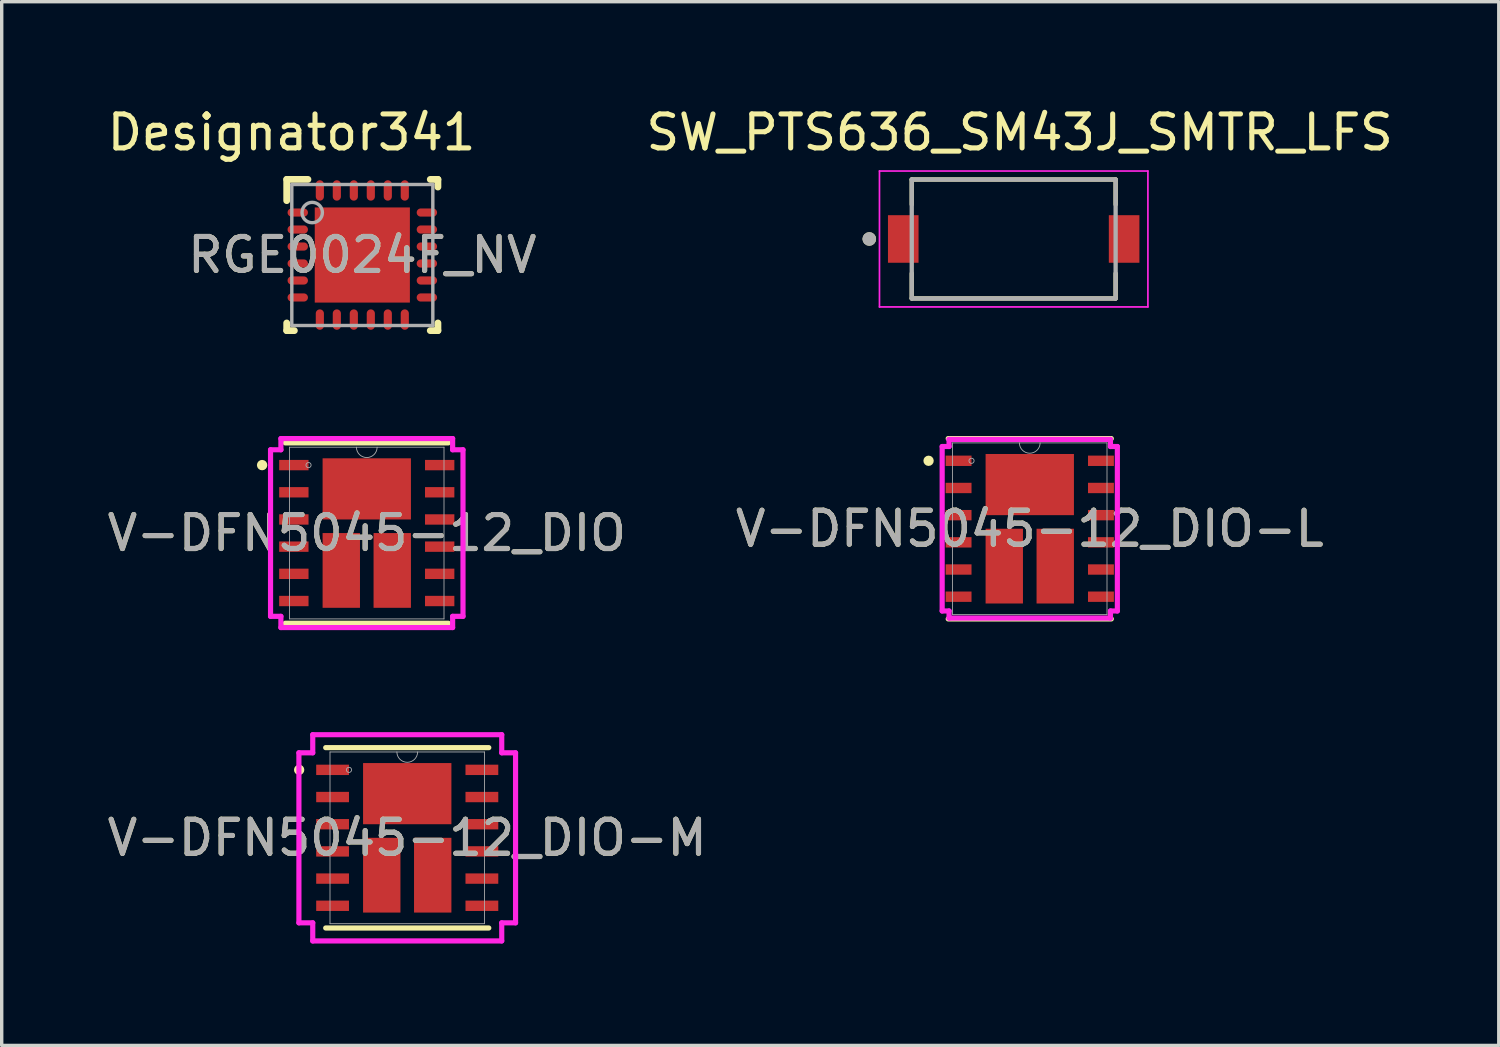
<source format=kicad_pcb>
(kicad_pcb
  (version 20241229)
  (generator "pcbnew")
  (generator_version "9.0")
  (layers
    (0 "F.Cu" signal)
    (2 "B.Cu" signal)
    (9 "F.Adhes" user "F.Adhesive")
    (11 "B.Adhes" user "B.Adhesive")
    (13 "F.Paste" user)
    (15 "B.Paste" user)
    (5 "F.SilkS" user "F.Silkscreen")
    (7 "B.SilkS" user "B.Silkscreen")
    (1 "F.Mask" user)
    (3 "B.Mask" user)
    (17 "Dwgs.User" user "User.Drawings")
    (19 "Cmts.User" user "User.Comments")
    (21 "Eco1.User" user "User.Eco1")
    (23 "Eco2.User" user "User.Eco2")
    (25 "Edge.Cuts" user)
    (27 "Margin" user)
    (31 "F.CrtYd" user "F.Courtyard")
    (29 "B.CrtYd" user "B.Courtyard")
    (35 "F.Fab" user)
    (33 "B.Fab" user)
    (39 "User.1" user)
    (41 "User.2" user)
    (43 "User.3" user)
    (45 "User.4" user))
  (footprint "RGE0024F_NV"
    (layer "F.Cu")
    (at 7.613 4.455)
    (property "Reference" "RGE0024F_NV" (at 0 0 0) (unlocked yes) (layer "F.SilkS") (effects (font (size 1 1) (thickness 0.15))))
    (attr smd)
    (fp_line (start -2.225 -2.225) (end -1.6 -2.225) (stroke (width 0.2) (type solid)) (layer "F.SilkS"))
    (fp_line (start -2.225 -1.6) (end -2.225 -2.225) (stroke (width 0.2) (type solid)) (layer "F.SilkS"))
    (fp_line (start -2.225 2.225) (end -2.225 2) (stroke (width 0.2) (type solid)) (layer "F.SilkS"))
    (fp_line (start -2.225 2.225) (end -2 2.225) (stroke (width 0.2) (type solid)) (layer "F.SilkS"))
    (fp_line (start 2 -2.225) (end 2.225 -2.225) (stroke (width 0.2) (type solid)) (layer "F.SilkS"))
    (fp_line (start 2 2.225) (end 2.225 2.225) (stroke (width 0.2) (type solid)) (layer "F.SilkS"))
    (fp_line (start 2.225 -2) (end 2.225 -2.225) (stroke (width 0.2) (type solid)) (layer "F.SilkS"))
    (fp_line (start 2.225 2.225) (end 2.225 2) (stroke (width 0.2) (type solid)) (layer "F.SilkS"))
    (fp_poly (pts (xy -0.1 -1.329) (xy -1.329 -1.329) (xy -1.329 -0.1) (xy -0.1 -0.1)) (stroke (width 0) (type solid)) (fill yes) (layer "F.Paste"))
    (fp_poly (pts (xy -0.1 0.1) (xy -1.329 0.1) (xy -1.329 1.329) (xy -0.1 1.329)) (stroke (width 0) (type solid)) (fill yes) (layer "F.Paste"))
    (fp_poly (pts (xy 0.1 -0.1) (xy 1.329 -0.1) (xy 1.329 -1.329) (xy 0.1 -1.329)) (stroke (width 0) (type solid)) (fill yes) (layer "F.Paste"))
    (fp_poly (pts (xy 0.1 1.329) (xy 1.329 1.329) (xy 1.329 0.1) (xy 0.1 0.1)) (stroke (width 0) (type solid)) (fill yes) (layer "F.Paste"))
    (fp_line (start -2.075 -2.075) (end 2.075 -2.075) (stroke (width 0.1) (type solid)) (layer "F.Fab"))
    (fp_line (start -2.075 2.075) (end -2.075 -2.075) (stroke (width 0.1) (type solid)) (layer "F.Fab"))
    (fp_line (start -2.075 2.075) (end 2.075 2.075) (stroke (width 0.1) (type solid)) (layer "F.Fab"))
    (fp_line (start 2.075 2.075) (end 2.075 -2.075) (stroke (width 0.1) (type solid)) (layer "F.Fab"))
    (fp_circle (center -1.475 -1.25) (end -1.175 -1.25) (stroke (width 0.1) (type solid)) (fill no) (layer "F.Fab"))
    (fp_text user "Designator341" (at -2.083 -3.607 0) (unlocked yes) (layer "F.SilkS") (effects (font (size 1 1) (thickness 0.15))))
    (fp_text user "${REFERENCE}" (at 0 0 0) (unlocked yes) (layer "F.Fab") (effects (font (size 1 1) (thickness 0.15))))
    (pad "1" smd oval (at -1.9 -1.25 90) (size 0.24 0.6) (layers "F.Cu" "F.Mask" "F.Paste"))
    (pad "2" smd oval (at -1.9 -0.75 90) (size 0.24 0.6) (layers "F.Cu" "F.Mask" "F.Paste"))
    (pad "3" smd oval (at -1.9 -0.25 90) (size 0.24 0.6) (layers "F.Cu" "F.Mask" "F.Paste"))
    (pad "4" smd oval (at -1.9 0.25 90) (size 0.24 0.6) (layers "F.Cu" "F.Mask" "F.Paste"))
    (pad "5" smd oval (at -1.9 0.75 90) (size 0.24 0.6) (layers "F.Cu" "F.Mask" "F.Paste"))
    (pad "6" smd oval (at -1.9 1.25 90) (size 0.24 0.6) (layers "F.Cu" "F.Mask" "F.Paste"))
    (pad "7" smd oval (at -1.25 1.9) (size 0.24 0.6) (layers "F.Cu" "F.Mask" "F.Paste"))
    (pad "8" smd oval (at -0.75 1.9) (size 0.24 0.6) (layers "F.Cu" "F.Mask" "F.Paste"))
    (pad "9" smd oval (at -0.25 1.9) (size 0.24 0.6) (layers "F.Cu" "F.Mask" "F.Paste"))
    (pad "10" smd oval (at 0.25 1.9) (size 0.24 0.6) (layers "F.Cu" "F.Mask" "F.Paste"))
    (pad "11" smd oval (at 0.75 1.9) (size 0.24 0.6) (layers "F.Cu" "F.Mask" "F.Paste"))
    (pad "12" smd oval (at 1.25 1.9) (size 0.24 0.6) (layers "F.Cu" "F.Mask" "F.Paste"))
    (pad "13" smd oval (at 1.9 1.25 90) (size 0.24 0.6) (layers "F.Cu" "F.Mask" "F.Paste"))
    (pad "14" smd oval (at 1.9 0.75 90) (size 0.24 0.6) (layers "F.Cu" "F.Mask" "F.Paste"))
    (pad "15" smd oval (at 1.9 0.25 90) (size 0.24 0.6) (layers "F.Cu" "F.Mask" "F.Paste"))
    (pad "16" smd oval (at 1.9 -0.25 90) (size 0.24 0.6) (layers "F.Cu" "F.Mask" "F.Paste"))
    (pad "17" smd oval (at 1.9 -0.75 90) (size 0.24 0.6) (layers "F.Cu" "F.Mask" "F.Paste"))
    (pad "18" smd oval (at 1.9 -1.25 90) (size 0.24 0.6) (layers "F.Cu" "F.Mask" "F.Paste"))
    (pad "19" smd oval (at 1.25 -1.9) (size 0.24 0.6) (layers "F.Cu" "F.Mask" "F.Paste"))
    (pad "20" smd oval (at 0.75 -1.9) (size 0.24 0.6) (layers "F.Cu" "F.Mask" "F.Paste"))
    (pad "21" smd oval (at 0.25 -1.9) (size 0.24 0.6) (layers "F.Cu" "F.Mask" "F.Paste"))
    (pad "22" smd oval (at -0.25 -1.9) (size 0.24 0.6) (layers "F.Cu" "F.Mask" "F.Paste"))
    (pad "23" smd oval (at -0.75 -1.9) (size 0.24 0.6) (layers "F.Cu" "F.Mask" "F.Paste"))
    (pad "24" smd oval (at -1.25 -1.9) (size 0.24 0.6) (layers "F.Cu" "F.Mask" "F.Paste"))
    (pad "25" smd rect (at 0.000003 0) (size 2.8 2.8) (layers "F.Cu" "F.Mask")))
  (footprint "V-DFN5045-12_DIO"
    (layer "F.Cu")
    (at 7.744 12.638)
    (property "Reference" "V-DFN5045-12_DIO" (at 0 0 0) (unlocked yes) (layer "F.SilkS") (effects (font (size 1 1) (thickness 0.15))))
    (attr smd)
    (fp_line (start -2.4 2.654) (end 2.4 2.654) (stroke (width 0.152) (type solid)) (layer "F.SilkS"))
    (fp_line (start 2.4 -2.654) (end -2.4 -2.654) (stroke (width 0.152) (type solid)) (layer "F.SilkS"))
    (fp_circle (center -3.08 -2) (end -3.003 -2) (stroke (width 0.152) (type solid)) (fill no) (layer "F.SilkS"))
    (fp_line (start -2.832 -2.451) (end -2.527 -2.451) (stroke (width 0.152) (type solid)) (layer "F.CrtYd"))
    (fp_line (start -2.832 2.451) (end -2.832 -2.451) (stroke (width 0.152) (type solid)) (layer "F.CrtYd"))
    (fp_line (start -2.832 2.451) (end -2.527 2.451) (stroke (width 0.152) (type solid)) (layer "F.CrtYd"))
    (fp_line (start -2.527 -2.781) (end 2.527 -2.781) (stroke (width 0.152) (type solid)) (layer "F.CrtYd"))
    (fp_line (start -2.527 -2.451) (end -2.527 -2.781) (stroke (width 0.152) (type solid)) (layer "F.CrtYd"))
    (fp_line (start -2.527 2.781) (end -2.527 2.451) (stroke (width 0.152) (type solid)) (layer "F.CrtYd"))
    (fp_line (start 2.527 -2.781) (end 2.527 -2.451) (stroke (width 0.152) (type solid)) (layer "F.CrtYd"))
    (fp_line (start 2.527 2.451) (end 2.527 2.781) (stroke (width 0.152) (type solid)) (layer "F.CrtYd"))
    (fp_line (start 2.527 2.781) (end -2.527 2.781) (stroke (width 0.152) (type solid)) (layer "F.CrtYd"))
    (fp_line (start 2.832 -2.451) (end 2.527 -2.451) (stroke (width 0.152) (type solid)) (layer "F.CrtYd"))
    (fp_line (start 2.832 -2.451) (end 2.832 2.451) (stroke (width 0.152) (type solid)) (layer "F.CrtYd"))
    (fp_line (start 2.832 2.451) (end 2.527 2.451) (stroke (width 0.152) (type solid)) (layer "F.CrtYd"))
    (fp_line (start -2.273 -2.527) (end -2.273 2.527) (stroke (width 0.025) (type solid)) (layer "F.Fab"))
    (fp_line (start -2.273 2.527) (end 2.273 2.527) (stroke (width 0.025) (type solid)) (layer "F.Fab"))
    (fp_line (start 2.273 -2.527) (end -2.273 -2.527) (stroke (width 0.025) (type solid)) (layer "F.Fab"))
    (fp_line (start 2.273 2.527) (end 2.273 -2.527) (stroke (width 0.025) (type solid)) (layer "F.Fab"))
    (fp_arc (start 0.3048 -2.5273) (mid 0 -2.2225) (end -0.3048 -2.5273) (stroke (width 0.0254) (type solid)) (layer "F.Fab"))
    (fp_circle (center -1.714 -2) (end -1.638 -2) (stroke (width 0.025) (type solid)) (fill no) (layer "F.Fab"))
    (fp_text user "${REFERENCE}" (at 0 0 0) (unlocked yes) (layer "F.Fab") (effects (font (size 1 1) (thickness 0.15))))
    (pad "1" smd rect (at -2.146 -2) (size 0.864 0.305) (layers "F.Cu" "F.Mask" "F.Paste"))
    (pad "2" smd rect (at -2.146 -1.2) (size 0.864 0.305) (layers "F.Cu" "F.Mask" "F.Paste"))
    (pad "3" smd rect (at -2.146 -0.4) (size 0.864 0.305) (layers "F.Cu" "F.Mask" "F.Paste"))
    (pad "4" smd rect (at -2.146 0.4) (size 0.864 0.305) (layers "F.Cu" "F.Mask" "F.Paste"))
    (pad "5" smd rect (at -2.146 1.2) (size 0.864 0.305) (layers "F.Cu" "F.Mask" "F.Paste"))
    (pad "6" smd rect (at -2.146 2) (size 0.864 0.305) (layers "F.Cu" "F.Mask" "F.Paste"))
    (pad "7" smd rect (at 2.146 2) (size 0.864 0.305) (layers "F.Cu" "F.Mask" "F.Paste"))
    (pad "8" smd rect (at 2.146 1.2) (size 0.864 0.305) (layers "F.Cu" "F.Mask" "F.Paste"))
    (pad "9" smd rect (at 2.146 0.4) (size 0.864 0.305) (layers "F.Cu" "F.Mask" "F.Paste"))
    (pad "10" smd rect (at 2.146 -0.4) (size 0.864 0.305) (layers "F.Cu" "F.Mask" "F.Paste"))
    (pad "11" smd rect (at 2.146 -1.2) (size 0.864 0.305) (layers "F.Cu" "F.Mask" "F.Paste"))
    (pad "12" smd rect (at 2.146 -2) (size 0.864 0.305) (layers "F.Cu" "F.Mask" "F.Paste"))
    (pad "13" smd rect (at 0 -1.3) (size 2.6 1.8) (layers "F.Cu" "F.Mask" "F.Paste"))
    (pad "14" smd rect (at -0.75 1.1) (size 1.1 2.2) (layers "F.Cu" "F.Mask" "F.Paste"))
    (pad "15" smd rect (at 0.75 1.1) (size 1.1 2.2) (layers "F.Cu" "F.Mask" "F.Paste")))
  (footprint "V-DFN5045-12_DIO-M"
    (layer "F.Cu")
    (at 8.935 21.607)
    (property "Reference" "V-DFN5045-12_DIO-M" (at 0 0 0) (unlocked yes) (layer "F.SilkS") (effects (font (size 1 1) (thickness 0.15))))
    (attr smd)
    (fp_line (start -2.4 2.654) (end 2.4 2.654) (stroke (width 0.152) (type solid)) (layer "F.SilkS"))
    (fp_line (start 2.4 -2.654) (end -2.4 -2.654) (stroke (width 0.152) (type solid)) (layer "F.SilkS"))
    (fp_circle (center -3.181 -2) (end -3.105 -2) (stroke (width 0.152) (type solid)) (fill no) (layer "F.SilkS"))
    (fp_line (start -3.188 -2.502) (end -2.781 -2.502) (stroke (width 0.152) (type solid)) (layer "F.CrtYd"))
    (fp_line (start -3.188 2.502) (end -3.188 -2.502) (stroke (width 0.152) (type solid)) (layer "F.CrtYd"))
    (fp_line (start -3.188 2.502) (end -2.781 2.502) (stroke (width 0.152) (type solid)) (layer "F.CrtYd"))
    (fp_line (start -2.781 -3.035) (end 2.781 -3.035) (stroke (width 0.152) (type solid)) (layer "F.CrtYd"))
    (fp_line (start -2.781 -2.502) (end -2.781 -3.035) (stroke (width 0.152) (type solid)) (layer "F.CrtYd"))
    (fp_line (start -2.781 3.035) (end -2.781 2.502) (stroke (width 0.152) (type solid)) (layer "F.CrtYd"))
    (fp_line (start 2.781 -3.035) (end 2.781 -2.502) (stroke (width 0.152) (type solid)) (layer "F.CrtYd"))
    (fp_line (start 2.781 2.502) (end 2.781 3.035) (stroke (width 0.152) (type solid)) (layer "F.CrtYd"))
    (fp_line (start 2.781 3.035) (end -2.781 3.035) (stroke (width 0.152) (type solid)) (layer "F.CrtYd"))
    (fp_line (start 3.188 -2.502) (end 2.781 -2.502) (stroke (width 0.152) (type solid)) (layer "F.CrtYd"))
    (fp_line (start 3.188 -2.502) (end 3.188 2.502) (stroke (width 0.152) (type solid)) (layer "F.CrtYd"))
    (fp_line (start 3.188 2.502) (end 2.781 2.502) (stroke (width 0.152) (type solid)) (layer "F.CrtYd"))
    (fp_line (start -2.273 -2.527) (end -2.273 2.527) (stroke (width 0.025) (type solid)) (layer "F.Fab"))
    (fp_line (start -2.273 2.527) (end 2.273 2.527) (stroke (width 0.025) (type solid)) (layer "F.Fab"))
    (fp_line (start 2.273 -2.527) (end -2.273 -2.527) (stroke (width 0.025) (type solid)) (layer "F.Fab"))
    (fp_line (start 2.273 2.527) (end 2.273 -2.527) (stroke (width 0.025) (type solid)) (layer "F.Fab"))
    (fp_arc (start 0.3048 -2.5273) (mid 0 -2.2225) (end -0.3048 -2.5273) (stroke (width 0.0254) (type solid)) (layer "F.Fab"))
    (fp_circle (center -1.714 -2) (end -1.638 -2) (stroke (width 0.025) (type solid)) (fill no) (layer "F.Fab"))
    (fp_text user "${REFERENCE}" (at 0 0 0) (unlocked yes) (layer "F.Fab") (effects (font (size 1 1) (thickness 0.15))))
    (pad "1" smd rect (at -2.197 -2) (size 0.965 0.305) (layers "F.Cu" "F.Mask" "F.Paste"))
    (pad "2" smd rect (at -2.197 -1.2) (size 0.965 0.305) (layers "F.Cu" "F.Mask" "F.Paste"))
    (pad "3" smd rect (at -2.197 -0.4) (size 0.965 0.305) (layers "F.Cu" "F.Mask" "F.Paste"))
    (pad "4" smd rect (at -2.197 0.4) (size 0.965 0.305) (layers "F.Cu" "F.Mask" "F.Paste"))
    (pad "5" smd rect (at -2.197 1.2) (size 0.965 0.305) (layers "F.Cu" "F.Mask" "F.Paste"))
    (pad "6" smd rect (at -2.197 2) (size 0.965 0.305) (layers "F.Cu" "F.Mask" "F.Paste"))
    (pad "7" smd rect (at 2.197 2) (size 0.965 0.305) (layers "F.Cu" "F.Mask" "F.Paste"))
    (pad "8" smd rect (at 2.197 1.2) (size 0.965 0.305) (layers "F.Cu" "F.Mask" "F.Paste"))
    (pad "9" smd rect (at 2.197 0.4) (size 0.965 0.305) (layers "F.Cu" "F.Mask" "F.Paste"))
    (pad "10" smd rect (at 2.197 -0.4) (size 0.965 0.305) (layers "F.Cu" "F.Mask" "F.Paste"))
    (pad "11" smd rect (at 2.197 -1.2) (size 0.965 0.305) (layers "F.Cu" "F.Mask" "F.Paste"))
    (pad "12" smd rect (at 2.197 -2) (size 0.965 0.305) (layers "F.Cu" "F.Mask" "F.Paste"))
    (pad "13" smd rect (at 0 -1.3) (size 2.6 1.8) (layers "F.Cu" "F.Mask" "F.Paste"))
    (pad "14" smd rect (at -0.75 1.1) (size 1.1 2.2) (layers "F.Cu" "F.Mask" "F.Paste"))
    (pad "15" smd rect (at 0.75 1.1) (size 1.1 2.2) (layers "F.Cu" "F.Mask" "F.Paste")))
  (footprint "SW_PTS636_SM43J_SMTR_LFS"
    (layer "F.Cu")
    (at 26.783 3.983)
    (property "Reference" "SW_PTS636_SM43J_SMTR_LFS" (at 0.175 -3.135 0) (layer "F.SilkS") (effects (font (size 1 1) (thickness 0.15))))
    (attr smd)
    (fp_line (start -3 -1.75) (end 3 -1.75) (stroke (width 0.127) (type solid)) (layer "F.SilkS"))
    (fp_line (start -3 -1.014) (end -3 -1.75) (stroke (width 0.127) (type solid)) (layer "F.SilkS"))
    (fp_line (start -3 1.75) (end -3 1.014) (stroke (width 0.127) (type solid)) (layer "F.SilkS"))
    (fp_line (start 3 -1.75) (end 3 -1.014) (stroke (width 0.127) (type solid)) (layer "F.SilkS"))
    (fp_line (start 3 1.014) (end 3 1.75) (stroke (width 0.127) (type solid)) (layer "F.SilkS"))
    (fp_line (start 3 1.75) (end -3 1.75) (stroke (width 0.127) (type solid)) (layer "F.SilkS"))
    (fp_circle (center -4.25 0) (end -4.15 0) (stroke (width 0.2) (type solid)) (fill no) (layer "F.SilkS"))
    (fp_line (start -3.95 -2) (end 3.95 -2) (stroke (width 0.05) (type solid)) (layer "F.CrtYd"))
    (fp_line (start -3.95 2) (end -3.95 -2) (stroke (width 0.05) (type solid)) (layer "F.CrtYd"))
    (fp_line (start 3.95 -2) (end 3.95 2) (stroke (width 0.05) (type solid)) (layer "F.CrtYd"))
    (fp_line (start 3.95 2) (end -3.95 2) (stroke (width 0.05) (type solid)) (layer "F.CrtYd"))
    (fp_line (start -3 -1.75) (end 3 -1.75) (stroke (width 0.127) (type solid)) (layer "F.Fab"))
    (fp_line (start -3 1.75) (end -3 -1.75) (stroke (width 0.127) (type solid)) (layer "F.Fab"))
    (fp_line (start 3 -1.75) (end 3 1.75) (stroke (width 0.127) (type solid)) (layer "F.Fab"))
    (fp_line (start 3 1.75) (end -3 1.75) (stroke (width 0.127) (type solid)) (layer "F.Fab"))
    (fp_circle (center -4.25 0) (end -4.15 0) (stroke (width 0.2) (type solid)) (fill no) (layer "F.Fab"))
    (pad "1" smd rect (at -3.25 0) (size 0.9 1.4) (layers "F.Cu" "F.Mask" "F.Paste"))
    (pad "2" smd rect (at 3.25 0) (size 0.9 1.4) (layers "F.Cu" "F.Mask" "F.Paste")))
  (footprint "V-DFN5045-12_DIO-L"
    (layer "F.Cu")
    (at 27.256 12.511)
    (property "Reference" "V-DFN5045-12_DIO-L" (at 0 0 0) (unlocked yes) (layer "F.SilkS") (effects (font (size 1 1) (thickness 0.15))))
    (attr smd)
    (fp_line (start -2.4 2.654) (end 2.4 2.654) (stroke (width 0.152) (type solid)) (layer "F.SilkS"))
    (fp_line (start 2.4 -2.654) (end -2.4 -2.654) (stroke (width 0.152) (type solid)) (layer "F.SilkS"))
    (fp_circle (center -2.978 -2) (end -2.902 -2) (stroke (width 0.152) (type solid)) (fill no) (layer "F.SilkS"))
    (fp_line (start -2.578 -2.42) (end -2.375 -2.42) (stroke (width 0.152) (type solid)) (layer "F.CrtYd"))
    (fp_line (start -2.578 2.42) (end -2.578 -2.42) (stroke (width 0.152) (type solid)) (layer "F.CrtYd"))
    (fp_line (start -2.578 2.42) (end -2.375 2.42) (stroke (width 0.152) (type solid)) (layer "F.CrtYd"))
    (fp_line (start -2.375 -2.629) (end 2.375 -2.629) (stroke (width 0.152) (type solid)) (layer "F.CrtYd"))
    (fp_line (start -2.375 -2.42) (end -2.375 -2.629) (stroke (width 0.152) (type solid)) (layer "F.CrtYd"))
    (fp_line (start -2.375 2.629) (end -2.375 2.42) (stroke (width 0.152) (type solid)) (layer "F.CrtYd"))
    (fp_line (start 2.375 -2.629) (end 2.375 -2.42) (stroke (width 0.152) (type solid)) (layer "F.CrtYd"))
    (fp_line (start 2.375 2.42) (end 2.375 2.629) (stroke (width 0.152) (type solid)) (layer "F.CrtYd"))
    (fp_line (start 2.375 2.629) (end -2.375 2.629) (stroke (width 0.152) (type solid)) (layer "F.CrtYd"))
    (fp_line (start 2.578 -2.42) (end 2.375 -2.42) (stroke (width 0.152) (type solid)) (layer "F.CrtYd"))
    (fp_line (start 2.578 -2.42) (end 2.578 2.42) (stroke (width 0.152) (type solid)) (layer "F.CrtYd"))
    (fp_line (start 2.578 2.42) (end 2.375 2.42) (stroke (width 0.152) (type solid)) (layer "F.CrtYd"))
    (fp_line (start -2.273 -2.527) (end -2.273 2.527) (stroke (width 0.025) (type solid)) (layer "F.Fab"))
    (fp_line (start -2.273 2.527) (end 2.273 2.527) (stroke (width 0.025) (type solid)) (layer "F.Fab"))
    (fp_line (start 2.273 -2.527) (end -2.273 -2.527) (stroke (width 0.025) (type solid)) (layer "F.Fab"))
    (fp_line (start 2.273 2.527) (end 2.273 -2.527) (stroke (width 0.025) (type solid)) (layer "F.Fab"))
    (fp_arc (start 0.3048 -2.5273) (mid 0 -2.2225) (end -0.3048 -2.5273) (stroke (width 0.0254) (type solid)) (layer "F.Fab"))
    (fp_circle (center -1.714 -2) (end -1.638 -2) (stroke (width 0.025) (type solid)) (fill no) (layer "F.Fab"))
    (fp_text user "${REFERENCE}" (at 0 0 0) (unlocked yes) (layer "F.Fab") (effects (font (size 1 1) (thickness 0.15))))
    (pad "1" smd rect (at -2.095 -2) (size 0.762 0.305) (layers "F.Cu" "F.Mask" "F.Paste"))
    (pad "2" smd rect (at -2.095 -1.2) (size 0.762 0.305) (layers "F.Cu" "F.Mask" "F.Paste"))
    (pad "3" smd rect (at -2.095 -0.4) (size 0.762 0.305) (layers "F.Cu" "F.Mask" "F.Paste"))
    (pad "4" smd rect (at -2.095 0.4) (size 0.762 0.305) (layers "F.Cu" "F.Mask" "F.Paste"))
    (pad "5" smd rect (at -2.095 1.2) (size 0.762 0.305) (layers "F.Cu" "F.Mask" "F.Paste"))
    (pad "6" smd rect (at -2.095 2) (size 0.762 0.305) (layers "F.Cu" "F.Mask" "F.Paste"))
    (pad "7" smd rect (at 2.095 2) (size 0.762 0.305) (layers "F.Cu" "F.Mask" "F.Paste"))
    (pad "8" smd rect (at 2.095 1.2) (size 0.762 0.305) (layers "F.Cu" "F.Mask" "F.Paste"))
    (pad "9" smd rect (at 2.095 0.4) (size 0.762 0.305) (layers "F.Cu" "F.Mask" "F.Paste"))
    (pad "10" smd rect (at 2.095 -0.4) (size 0.762 0.305) (layers "F.Cu" "F.Mask" "F.Paste"))
    (pad "11" smd rect (at 2.095 -1.2) (size 0.762 0.305) (layers "F.Cu" "F.Mask" "F.Paste"))
    (pad "12" smd rect (at 2.095 -2) (size 0.762 0.305) (layers "F.Cu" "F.Mask" "F.Paste"))
    (pad "13" smd rect (at 0 -1.3) (size 2.6 1.8) (layers "F.Cu" "F.Mask" "F.Paste"))
    (pad "14" smd rect (at -0.75 1.1) (size 1.1 2.2) (layers "F.Cu" "F.Mask" "F.Paste"))
    (pad "15" smd rect (at 0.75 1.1) (size 1.1 2.2) (layers "F.Cu" "F.Mask" "F.Paste")))
  (gr_rect
    (start -3 -3)
    (end 41.059 27.718)
    (stroke (width 0.1) (type default))
    (fill no)
    (layer "Edge.Cuts")))
</source>
